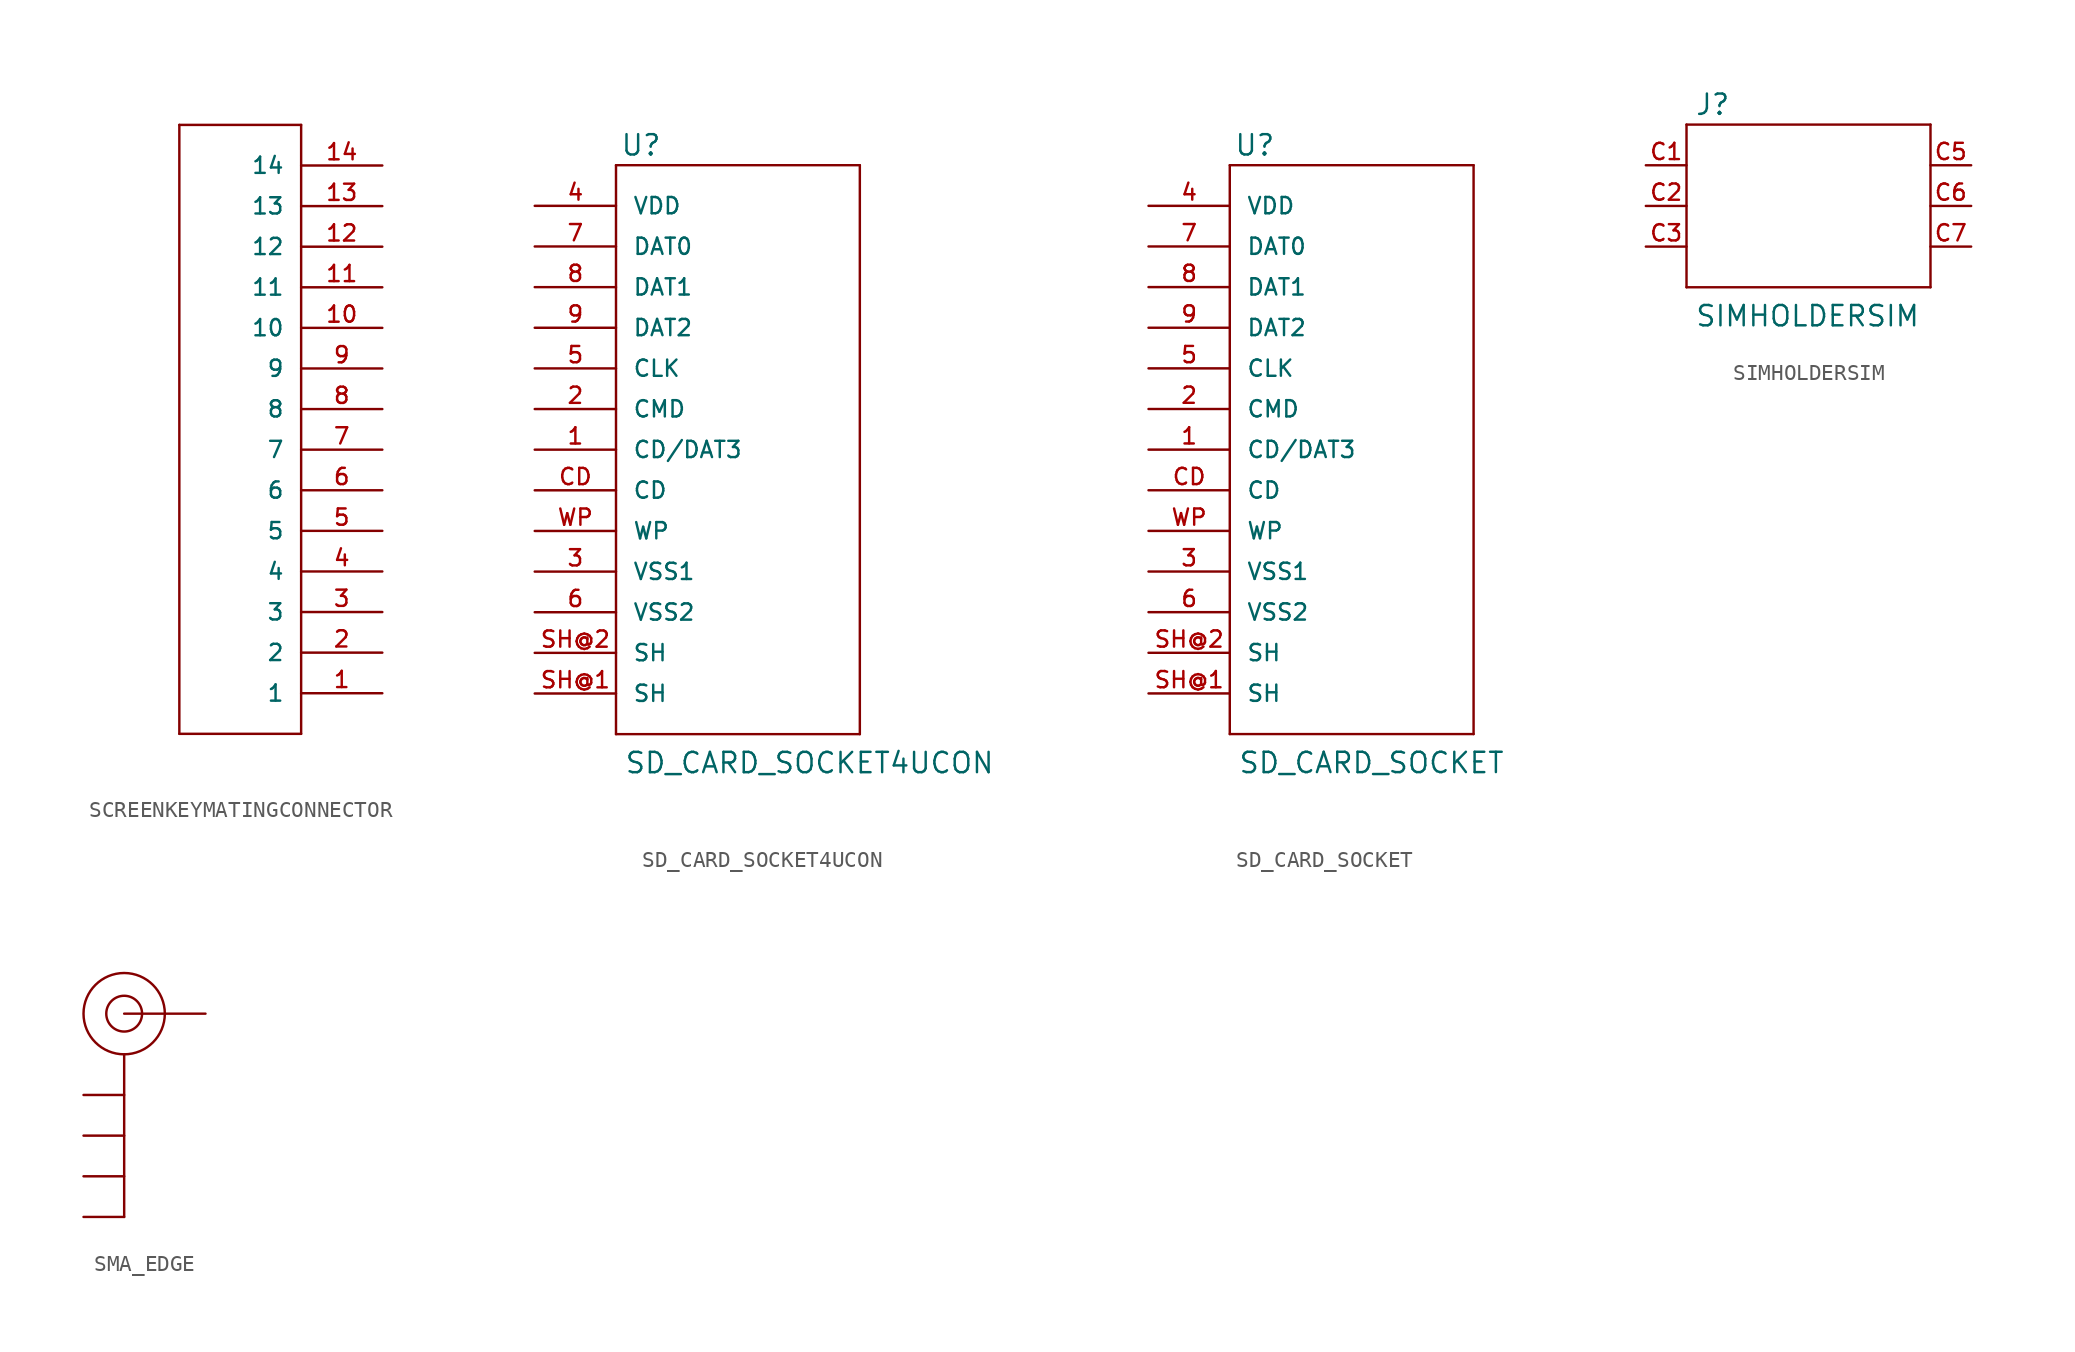
<source format=kicad_sym>
(kicad_symbol_lib
  (version 20211014)
  (generator kicad_symbol_editor)
  (symbol "SCREENKEYMATINGCONNECTOR"
    (pin_names
      (offset 1.016))
    (property "Reference" "M"
      (at 0 0 0)
      (effects (font (size 1.27 1.27)) hide))
    (property "Datasheet" ""
      (at 0 0 0)
      (effects (font (size 1.524 1.524))))
    (property "ki_locked" ""
      (at 0 0 0)
      (effects (font (size 1.27 1.27))))
    (symbol "SCREENKEYMATINGCONNECTOR_1_0"
      (polyline (pts (xy 5.08 -17.78) (xy 12.7 -17.78)) (stroke (width 0) (type default) (color 0 0 0 0)) (fill (type none)))
      (polyline (pts (xy 5.08 20.32) (xy 5.08 -17.78)) (stroke (width 0) (type default) (color 0 0 0 0)) (fill (type none)))
      (polyline (pts (xy 12.7 -17.78) (xy 12.7 20.32)) (stroke (width 0) (type default) (color 0 0 0 0)) (fill (type none)))
      (polyline (pts (xy 12.7 20.32) (xy 5.08 20.32)) (stroke (width 0) (type default) (color 0 0 0 0)) (fill (type none))))
    (symbol "SCREENKEYMATINGCONNECTOR_1_1"
      (pin bidirectional line (at 17.78 -15.24 180) (length 5.08) (name "1" (effects (font (size 1.016 1.016)))) (number "1" (effects (font (size 1.016 1.016)))))
      (pin bidirectional line (at 17.78 7.62 180) (length 5.08) (name "10" (effects (font (size 1.016 1.016)))) (number "10" (effects (font (size 1.016 1.016)))))
      (pin bidirectional line (at 17.78 10.16 180) (length 5.08) (name "11" (effects (font (size 1.016 1.016)))) (number "11" (effects (font (size 1.016 1.016)))))
      (pin bidirectional line (at 17.78 12.7 180) (length 5.08) (name "12" (effects (font (size 1.016 1.016)))) (number "12" (effects (font (size 1.016 1.016)))))
      (pin bidirectional line (at 17.78 15.24 180) (length 5.08) (name "13" (effects (font (size 1.016 1.016)))) (number "13" (effects (font (size 1.016 1.016)))))
      (pin bidirectional line (at 17.78 17.78 180) (length 5.08) (name "14" (effects (font (size 1.016 1.016)))) (number "14" (effects (font (size 1.016 1.016)))))
      (pin bidirectional line (at 17.78 -12.7 180) (length 5.08) (name "2" (effects (font (size 1.016 1.016)))) (number "2" (effects (font (size 1.016 1.016)))))
      (pin bidirectional line (at 17.78 -10.16 180) (length 5.08) (name "3" (effects (font (size 1.016 1.016)))) (number "3" (effects (font (size 1.016 1.016)))))
      (pin bidirectional line (at 17.78 -7.62 180) (length 5.08) (name "4" (effects (font (size 1.016 1.016)))) (number "4" (effects (font (size 1.016 1.016)))))
      (pin bidirectional line (at 17.78 -5.08 180) (length 5.08) (name "5" (effects (font (size 1.016 1.016)))) (number "5" (effects (font (size 1.016 1.016)))))
      (pin bidirectional line (at 17.78 -2.54 180) (length 5.08) (name "6" (effects (font (size 1.016 1.016)))) (number "6" (effects (font (size 1.016 1.016)))))
      (pin bidirectional line (at 17.78 0 180) (length 5.08) (name "7" (effects (font (size 1.016 1.016)))) (number "7" (effects (font (size 1.016 1.016)))))
      (pin bidirectional line (at 17.78 2.54 180) (length 5.08) (name "8" (effects (font (size 1.016 1.016)))) (number "8" (effects (font (size 1.016 1.016)))))
      (pin bidirectional line (at 17.78 5.08 180) (length 5.08) (name "9" (effects (font (size 1.016 1.016)))) (number "9" (effects (font (size 1.016 1.016)))))))
  (symbol "SD_CARD_SOCKET4UCON"
    (pin_names
      (offset 1.016))
    (property "Reference" "U"
      (at -7.366 18.288 0)
      (effects (font (size 1.27 1.27)) (justify left bottom)))
    (property "Value" "SD_CARD_SOCKET4UCON"
      (at -7.112 -20.32 0)
      (effects (font (size 1.27 1.27)) (justify left bottom)))
    (property "Datasheet" ""
      (at 0 0 0)
      (effects (font (size 1.524 1.524))))
    (property "ki_locked" ""
      (at 0 0 0)
      (effects (font (size 1.27 1.27))))
    (symbol "SD_CARD_SOCKET4UCON_1_0"
      (polyline (pts (xy -7.62 -17.78) (xy -7.62 17.78)) (stroke (width 0) (type default) (color 0 0 0 0)) (fill (type none)))
      (polyline (pts (xy -7.62 17.78) (xy 7.62 17.78)) (stroke (width 0) (type default) (color 0 0 0 0)) (fill (type none)))
      (polyline (pts (xy 7.62 -17.78) (xy -7.62 -17.78)) (stroke (width 0) (type default) (color 0 0 0 0)) (fill (type none)))
      (polyline (pts (xy 7.62 17.78) (xy 7.62 -17.78)) (stroke (width 0) (type default) (color 0 0 0 0)) (fill (type none))))
    (symbol "SD_CARD_SOCKET4UCON_1_1"
      (pin bidirectional line (at -12.7 0 0) (length 5.08) (name "CD/DAT3" (effects (font (size 1.016 1.016)))) (number "1" (effects (font (size 1.016 1.016)))))
      (pin bidirectional line (at -12.7 2.54 0) (length 5.08) (name "CMD" (effects (font (size 1.016 1.016)))) (number "2" (effects (font (size 1.016 1.016)))))
      (pin power_in line (at -12.7 -7.62 0) (length 5.08) (name "VSS1" (effects (font (size 1.016 1.016)))) (number "3" (effects (font (size 1.016 1.016)))))
      (pin power_in line (at -12.7 15.24 0) (length 5.08) (name "VDD" (effects (font (size 1.016 1.016)))) (number "4" (effects (font (size 1.016 1.016)))))
      (pin bidirectional line (at -12.7 5.08 0) (length 5.08) (name "CLK" (effects (font (size 1.016 1.016)))) (number "5" (effects (font (size 1.016 1.016)))))
      (pin power_in line (at -12.7 -10.16 0) (length 5.08) (name "VSS2" (effects (font (size 1.016 1.016)))) (number "6" (effects (font (size 1.016 1.016)))))
      (pin bidirectional line (at -12.7 12.7 0) (length 5.08) (name "DAT0" (effects (font (size 1.016 1.016)))) (number "7" (effects (font (size 1.016 1.016)))))
      (pin bidirectional line (at -12.7 10.16 0) (length 5.08) (name "DAT1" (effects (font (size 1.016 1.016)))) (number "8" (effects (font (size 1.016 1.016)))))
      (pin bidirectional line (at -12.7 7.62 0) (length 5.08) (name "DAT2" (effects (font (size 1.016 1.016)))) (number "9" (effects (font (size 1.016 1.016)))))
      (pin bidirectional line (at -12.7 -2.54 0) (length 5.08) (name "CD" (effects (font (size 1.016 1.016)))) (number "CD" (effects (font (size 1.016 1.016)))))
      (pin bidirectional line (at -12.7 -15.24 0) (length 5.08) (name "SH" (effects (font (size 1.016 1.016)))) (number "SH@1" (effects (font (size 1.016 1.016)))))
      (pin bidirectional line (at -12.7 -12.7 0) (length 5.08) (name "SH" (effects (font (size 1.016 1.016)))) (number "SH@2" (effects (font (size 1.016 1.016)))))
      (pin bidirectional line (at -12.7 -5.08 0) (length 5.08) (name "WP" (effects (font (size 1.016 1.016)))) (number "WP" (effects (font (size 1.016 1.016)))))))
  (symbol "SD_CARD_SOCKET"
    (pin_names
      (offset 1.016))
    (property "Reference" "U"
      (at -7.366 18.288 0)
      (effects (font (size 1.27 1.27)) (justify left bottom)))
    (property "Value" "SD_CARD_SOCKET"
      (at -7.112 -20.32 0)
      (effects (font (size 1.27 1.27)) (justify left bottom)))
    (property "Datasheet" ""
      (at 0 0 0)
      (effects (font (size 1.524 1.524))))
    (property "ki_locked" ""
      (at 0 0 0)
      (effects (font (size 1.27 1.27))))
    (symbol "SD_CARD_SOCKET_1_0"
      (polyline (pts (xy -7.62 -17.78) (xy -7.62 17.78)) (stroke (width 0) (type default) (color 0 0 0 0)) (fill (type none)))
      (polyline (pts (xy -7.62 17.78) (xy 7.62 17.78)) (stroke (width 0) (type default) (color 0 0 0 0)) (fill (type none)))
      (polyline (pts (xy 7.62 -17.78) (xy -7.62 -17.78)) (stroke (width 0) (type default) (color 0 0 0 0)) (fill (type none)))
      (polyline (pts (xy 7.62 17.78) (xy 7.62 -17.78)) (stroke (width 0) (type default) (color 0 0 0 0)) (fill (type none))))
    (symbol "SD_CARD_SOCKET_1_1"
      (pin bidirectional line (at -12.7 0 0) (length 5.08) (name "CD/DAT3" (effects (font (size 1.016 1.016)))) (number "1" (effects (font (size 1.016 1.016)))))
      (pin bidirectional line (at -12.7 2.54 0) (length 5.08) (name "CMD" (effects (font (size 1.016 1.016)))) (number "2" (effects (font (size 1.016 1.016)))))
      (pin power_in line (at -12.7 -7.62 0) (length 5.08) (name "VSS1" (effects (font (size 1.016 1.016)))) (number "3" (effects (font (size 1.016 1.016)))))
      (pin power_in line (at -12.7 15.24 0) (length 5.08) (name "VDD" (effects (font (size 1.016 1.016)))) (number "4" (effects (font (size 1.016 1.016)))))
      (pin bidirectional line (at -12.7 5.08 0) (length 5.08) (name "CLK" (effects (font (size 1.016 1.016)))) (number "5" (effects (font (size 1.016 1.016)))))
      (pin power_in line (at -12.7 -10.16 0) (length 5.08) (name "VSS2" (effects (font (size 1.016 1.016)))) (number "6" (effects (font (size 1.016 1.016)))))
      (pin bidirectional line (at -12.7 12.7 0) (length 5.08) (name "DAT0" (effects (font (size 1.016 1.016)))) (number "7" (effects (font (size 1.016 1.016)))))
      (pin bidirectional line (at -12.7 10.16 0) (length 5.08) (name "DAT1" (effects (font (size 1.016 1.016)))) (number "8" (effects (font (size 1.016 1.016)))))
      (pin bidirectional line (at -12.7 7.62 0) (length 5.08) (name "DAT2" (effects (font (size 1.016 1.016)))) (number "9" (effects (font (size 1.016 1.016)))))
      (pin bidirectional line (at -12.7 -2.54 0) (length 5.08) (name "CD" (effects (font (size 1.016 1.016)))) (number "CD" (effects (font (size 1.016 1.016)))))
      (pin bidirectional line (at -12.7 -15.24 0) (length 5.08) (name "SH" (effects (font (size 1.016 1.016)))) (number "SH@1" (effects (font (size 1.016 1.016)))))
      (pin bidirectional line (at -12.7 -12.7 0) (length 5.08) (name "SH" (effects (font (size 1.016 1.016)))) (number "SH@2" (effects (font (size 1.016 1.016)))))
      (pin bidirectional line (at -12.7 -5.08 0) (length 5.08) (name "WP" (effects (font (size 1.016 1.016)))) (number "WP" (effects (font (size 1.016 1.016)))))))
  (symbol "SIMHOLDERSIM"
    (pin_names
      (offset 1.016) hide)
    (property "Reference" "J"
      (at -7.112 5.588 0)
      (effects (font (size 1.27 1.27)) (justify left bottom)))
    (property "Value" "SIMHOLDERSIM"
      (at -7.112 -7.62 0)
      (effects (font (size 1.27 1.27)) (justify left bottom)))
    (property "Datasheet" ""
      (at 0 0 0)
      (effects (font (size 1.524 1.524))))
    (property "ki_locked" ""
      (at 0 0 0)
      (effects (font (size 1.27 1.27))))
    (symbol "SIMHOLDERSIM_1_0"
      (polyline (pts (xy -7.62 -5.08) (xy 7.62 -5.08)) (stroke (width 0) (type default) (color 0 0 0 0)) (fill (type none)))
      (polyline (pts (xy -7.62 5.08) (xy -7.62 -5.08)) (stroke (width 0) (type default) (color 0 0 0 0)) (fill (type none)))
      (polyline (pts (xy 7.62 -5.08) (xy 7.62 5.08)) (stroke (width 0) (type default) (color 0 0 0 0)) (fill (type none)))
      (polyline (pts (xy 7.62 5.08) (xy -7.62 5.08)) (stroke (width 0) (type default) (color 0 0 0 0)) (fill (type none))))
    (symbol "SIMHOLDERSIM_1_1"
      (pin power_in line (at -10.16 2.54 0) (length 2.54) (name "VCC" (effects (font (size 1.016 1.016)))) (number "C1" (effects (font (size 1.016 1.016)))))
      (pin input line (at -10.16 0 0) (length 2.54) (name "RST" (effects (font (size 1.016 1.016)))) (number "C2" (effects (font (size 1.016 1.016)))))
      (pin input line (at -10.16 -2.54 0) (length 2.54) (name "CLK" (effects (font (size 1.016 1.016)))) (number "C3" (effects (font (size 1.016 1.016)))))
      (pin power_in line (at 10.16 2.54 180) (length 2.54) (name "GND" (effects (font (size 1.016 1.016)))) (number "C5" (effects (font (size 1.016 1.016)))))
      (pin input line (at 10.16 0 180) (length 2.54) (name "VPP" (effects (font (size 1.016 1.016)))) (number "C6" (effects (font (size 1.016 1.016)))))
      (pin bidirectional line (at 10.16 -2.54 180) (length 2.54) (name "I/O" (effects (font (size 1.016 1.016)))) (number "C7" (effects (font (size 1.016 1.016)))))))
  (symbol "SMA_EDGE"
    (pin_numbers hide)
    (pin_names
      (offset 1.016) hide)
    (property "Reference" "J$"
      (at 0 0 0)
      (effects (font (size 1.27 1.27)) hide))
    (property "Datasheet" ""
      (at 0 0 0)
      (effects (font (size 1.524 1.524))))
    (property "ki_locked" ""
      (at 0 0 0)
      (effects (font (size 1.27 1.27))))
    (symbol "SMA_EDGE_1_0"
      (polyline (pts (xy 0 -2.54) (xy 0 -12.7)) (stroke (width 0) (type default) (color 0 0 0 0)) (fill (type none))))
    (symbol "SMA_EDGE_1_1"
      (circle (center 0 0) (radius 1.118) (stroke (width 0) (type default) (color 0 0 0 0)) (fill (type none)))
      (circle (center 0 0) (radius 2.54) (stroke (width 0) (type default) (color 0 0 0 0)) (fill (type none)))
      (pin bidirectional line (at -2.54 -12.7 0) (length 2.54) (name "GND" (effects (font (size 1.016 1.016)))) (number "GND@" (effects (font (size 1.016 1.016)))))
      (pin bidirectional line (at -2.54 -10.16 0) (length 2.54) (name "GND" (effects (font (size 1.016 1.016)))) (number "GND@" (effects (font (size 1.016 1.016)))))
      (pin bidirectional line (at -2.54 -7.62 0) (length 2.54) (name "GND" (effects (font (size 1.016 1.016)))) (number "GND@" (effects (font (size 1.016 1.016)))))
      (pin bidirectional line (at -2.54 -5.08 0) (length 2.54) (name "GND" (effects (font (size 1.016 1.016)))) (number "GND@" (effects (font (size 1.016 1.016)))))
      (pin bidirectional line (at 5.08 0 180) (length 5.08) (name "SIGNAL" (effects (font (size 1.016 1.016)))) (number "SIG" (effects (font (size 1.016 1.016))))))))
</source>
